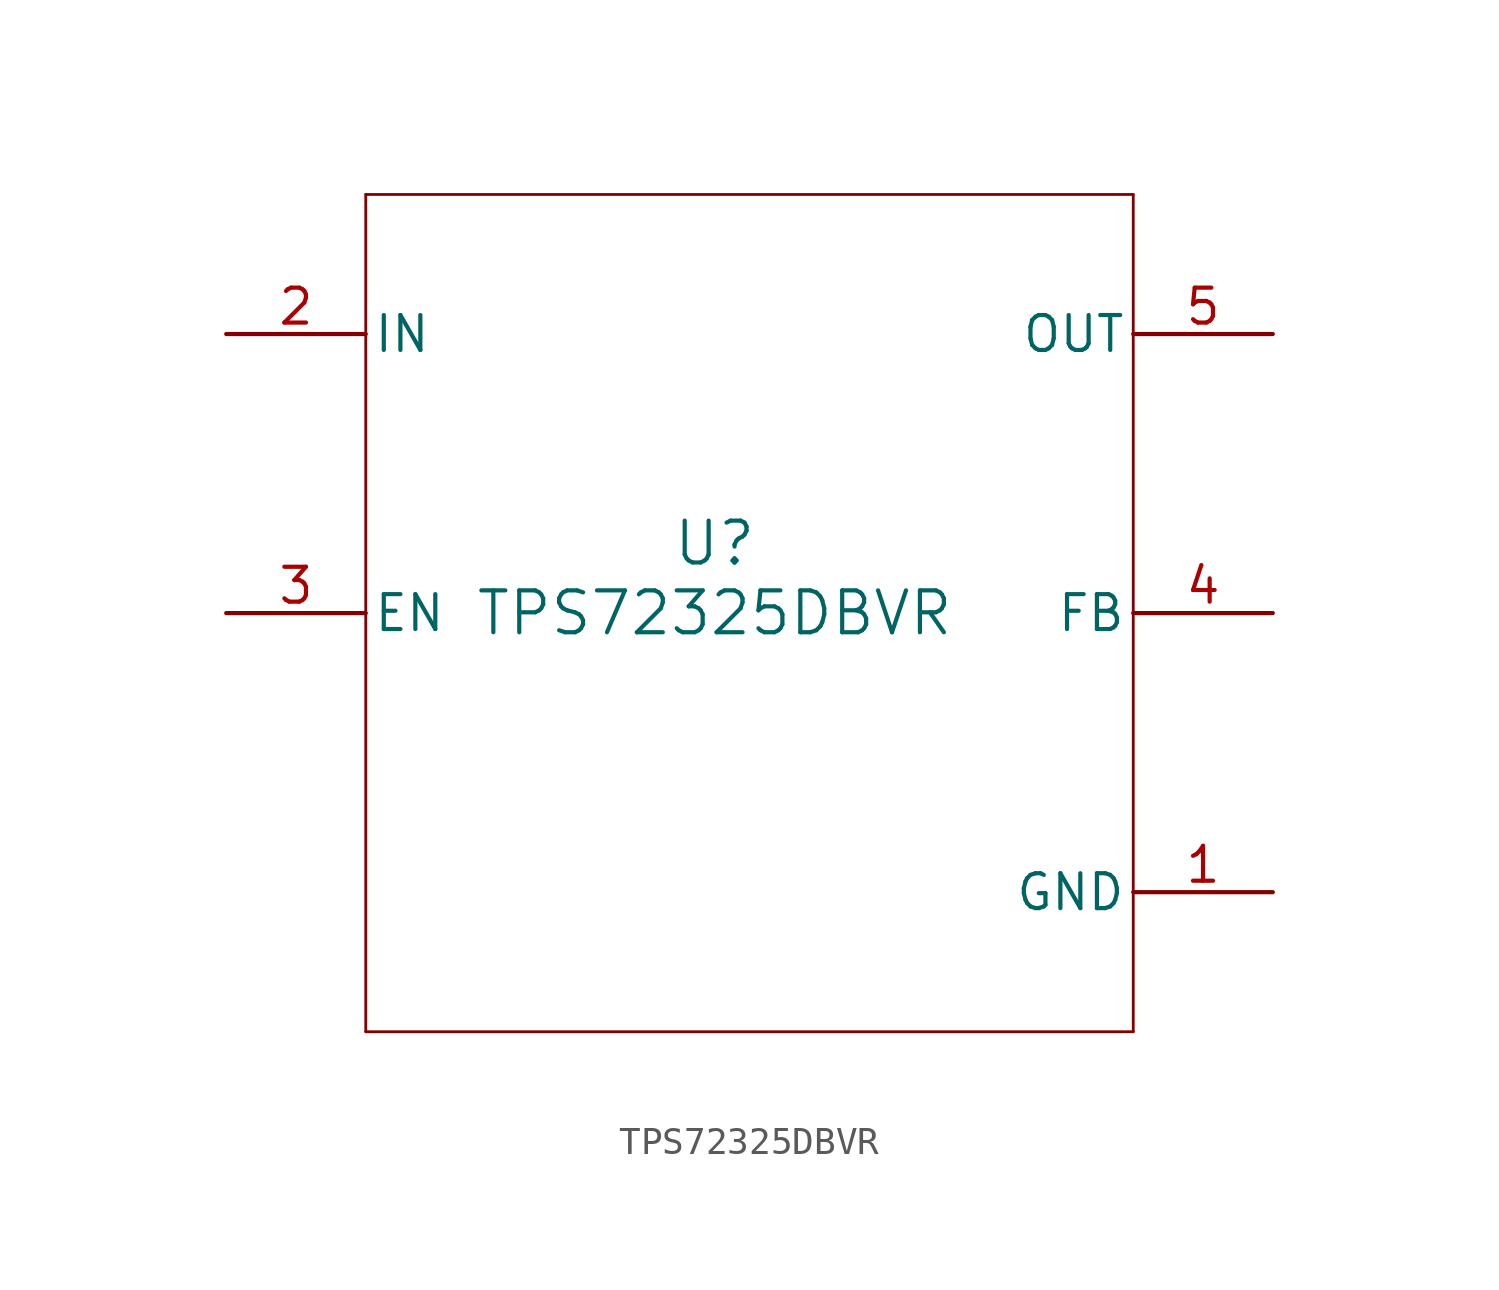
<source format=kicad_sym>
(kicad_symbol_lib
  (version 20211014)
  (generator kicad_symbol_editor)
  (symbol "TPS72325DBVR"
    (pin_names
      (offset 0.254))
    (property "Reference" "U"
      (at 0 2.54 0)
      (effects (font (size 1.524 1.524))))
    (property "Value" "TPS72325DBVR"
      (at 0 0 0)
      (effects (font (size 1.524 1.524))))
    (symbol "TPS72325DBVR_0_1"
      (polyline (pts (xy -12.7 -15.24) (xy 15.24 -15.24)) (stroke (width 0.102) (type default) (color 0 0 0 0)) (fill (type none)))
      (polyline (pts (xy 15.24 -15.24) (xy 15.24 15.24)) (stroke (width 0.102) (type default) (color 0 0 0 0)) (fill (type none)))
      (polyline (pts (xy 15.24 15.24) (xy -12.7 15.24)) (stroke (width 0.102) (type default) (color 0 0 0 0)) (fill (type none)))
      (polyline (pts (xy -12.7 15.24) (xy -12.7 -15.24)) (stroke (width 0.102) (type default) (color 0 0 0 0)) (fill (type none)))
      (pin power_in line (at -17.78 10.16 0) (length 5.08) (name "IN" (effects (font (size 1.27 1.27)))) (number "2" (effects (font (size 1.27 1.27)))))
      (pin power_in line (at 20.32 -10.16 180) (length 5.08) (name "GND" (effects (font (size 1.27 1.27)))) (number "1" (effects (font (size 1.27 1.27)))))
      (pin input line (at -17.78 0 0) (length 5.08) (name "EN" (effects (font (size 1.27 1.27)))) (number "3" (effects (font (size 1.27 1.27)))))
      (pin input line (at 20.32 0 180) (length 5.08) (name "FB" (effects (font (size 1.27 1.27)))) (number "4" (effects (font (size 1.27 1.27)))))
      (pin power_in line (at 20.32 10.16 180) (length 5.08) (name "OUT" (effects (font (size 1.27 1.27)))) (number "5" (effects (font (size 1.27 1.27))))))))
</source>
